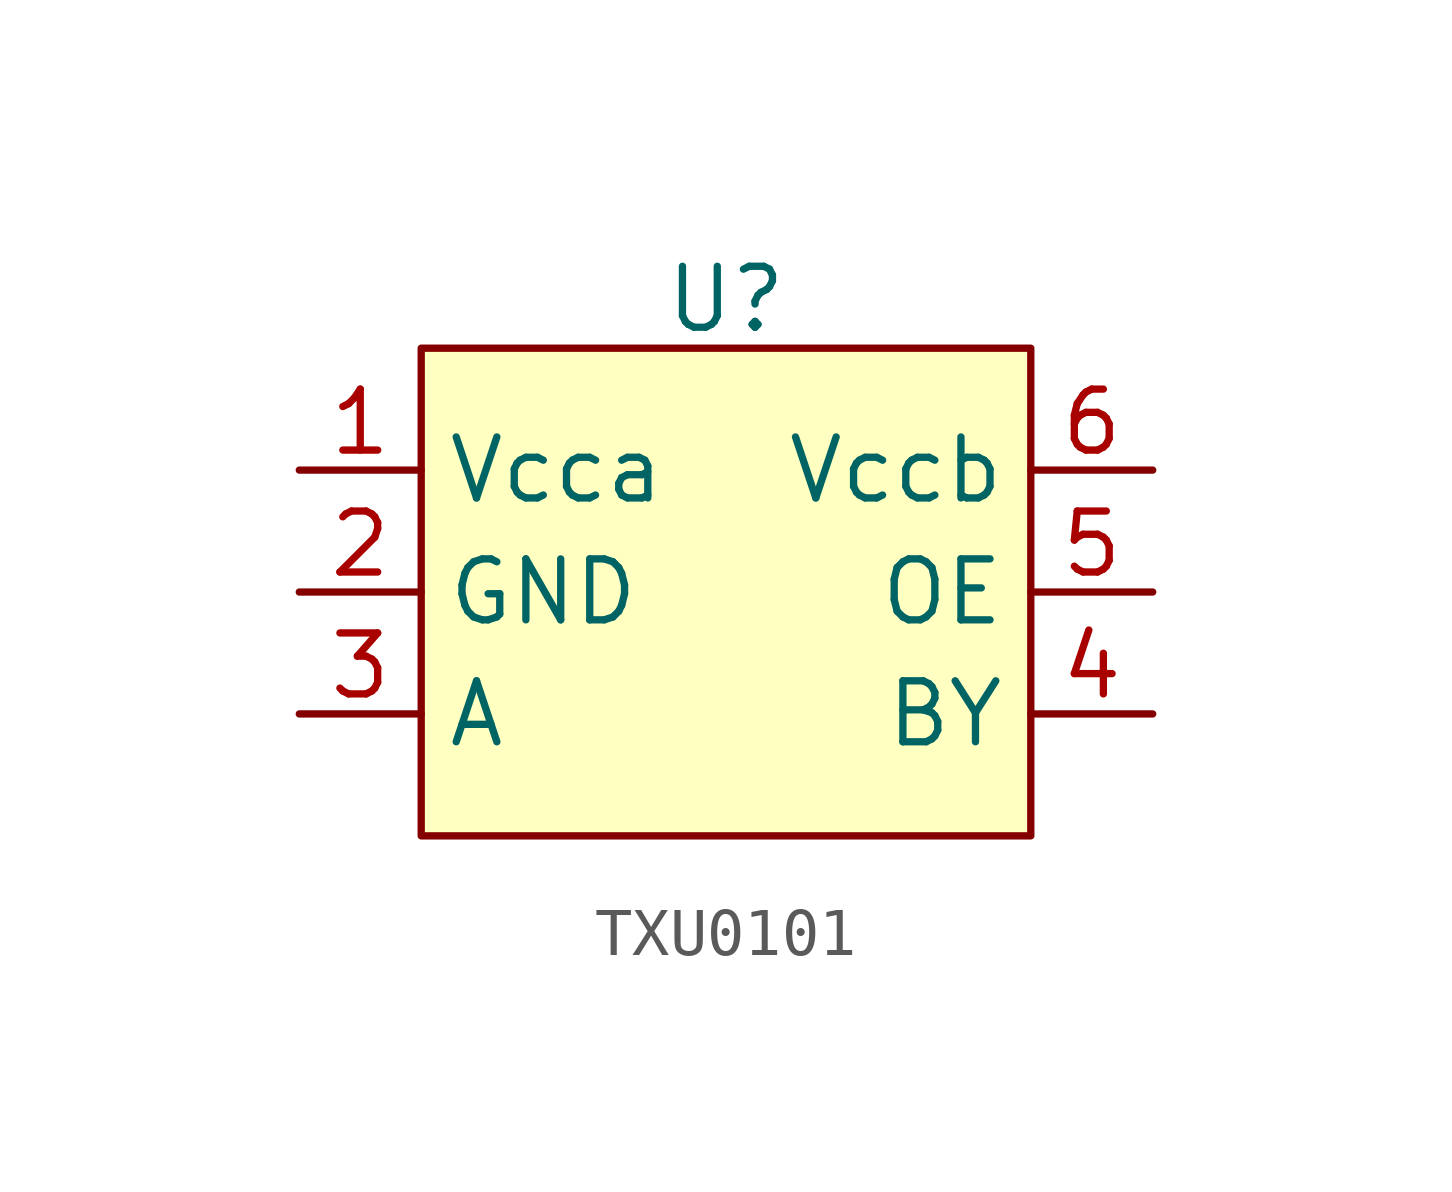
<source format=kicad_sym>
(kicad_symbol_lib
  (version 20241209)
  (generator "kicad_symbol_editor")
  (generator_version "9.0")
  (symbol "TXU0101"
    (property "Reference" "U"
      (at 0 6.096 0)
      (effects (font (size 1.27 1.27))))
    (property "Value" ""
      (at 0 0 0)
      (effects (font (size 1.27 1.27))))
    (symbol "TXU0101_1_1"
      (rectangle (start -6.35 5.08) (end 6.35 -5.08) (stroke (width 0) (type solid)) (fill (type background)))
      (pin power_in line (at -8.89 2.54 0) (length 2.54) (name "Vcca" (effects (font (size 1.27 1.27)))) (number "1" (effects (font (size 1.27 1.27)))))
      (pin power_in line (at -8.89 0 0) (length 2.54) (name "GND" (effects (font (size 1.27 1.27)))) (number "2" (effects (font (size 1.27 1.27)))))
      (pin passive line (at -8.89 -2.54 0) (length 2.54) (name "A" (effects (font (size 1.27 1.27)))) (number "3" (effects (font (size 1.27 1.27)))))
      (pin power_in line (at 8.89 2.54 180) (length 2.54) (name "Vccb" (effects (font (size 1.27 1.27)))) (number "6" (effects (font (size 1.27 1.27)))))
      (pin passive line (at 8.89 0 180) (length 2.54) (name "OE" (effects (font (size 1.27 1.27)))) (number "5" (effects (font (size 1.27 1.27)))))
      (pin passive line (at 8.89 -2.54 180) (length 2.54) (name "BY" (effects (font (size 1.27 1.27)))) (number "4" (effects (font (size 1.27 1.27))))))))
</source>
